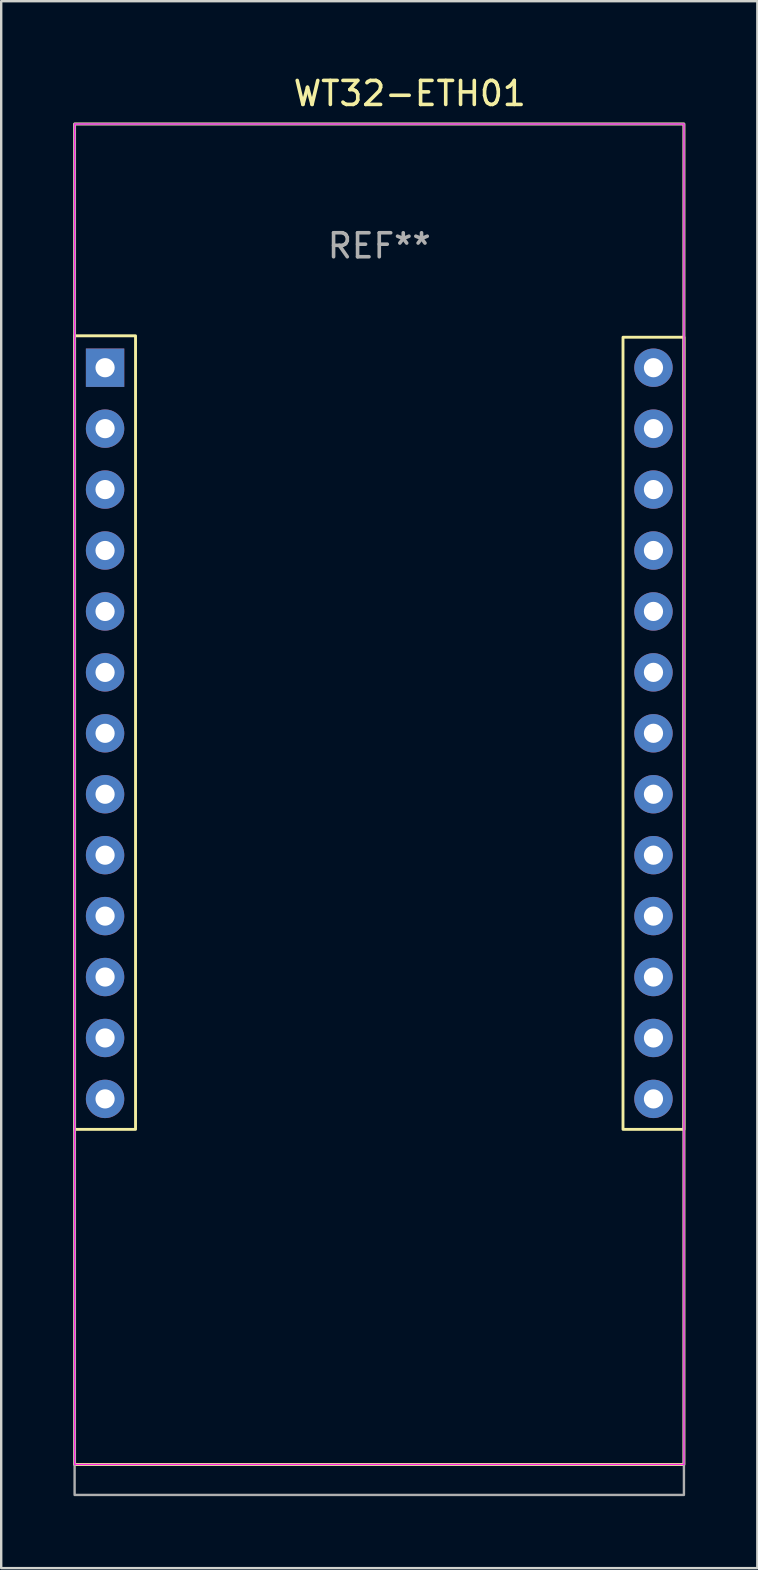
<source format=kicad_pcb>
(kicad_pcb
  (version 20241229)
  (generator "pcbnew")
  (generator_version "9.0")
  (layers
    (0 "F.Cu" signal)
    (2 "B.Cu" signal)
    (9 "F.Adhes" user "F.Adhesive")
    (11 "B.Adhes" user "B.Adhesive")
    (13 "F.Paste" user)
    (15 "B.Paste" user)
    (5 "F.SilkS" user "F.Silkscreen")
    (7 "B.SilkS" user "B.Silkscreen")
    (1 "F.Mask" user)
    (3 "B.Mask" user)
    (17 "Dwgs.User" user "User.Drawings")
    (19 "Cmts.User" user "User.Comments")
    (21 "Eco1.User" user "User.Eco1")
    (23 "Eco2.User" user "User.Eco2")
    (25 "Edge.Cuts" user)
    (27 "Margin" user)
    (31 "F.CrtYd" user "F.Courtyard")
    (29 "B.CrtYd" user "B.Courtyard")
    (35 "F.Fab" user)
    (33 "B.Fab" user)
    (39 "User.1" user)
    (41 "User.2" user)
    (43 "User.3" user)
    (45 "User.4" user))
  (footprint "WT32-ETH01"
    (layer "F.Cu")
    (at 1.33 12.278)
    (property "Reference" "WT32-ETH01" (at 12.7 -11.43 0) (layer "F.SilkS") (effects (font (size 1 1) (thickness 0.15))))
    (attr through_hole)
    (fp_rect (start -1.27 -1.33) (end 1.27 31.75) (stroke (width 0.12) (type solid)) (fill no) (layer "F.SilkS"))
    (fp_rect (start 24.13 -1.27) (end 21.59 31.75) (stroke (width 0.12) (type solid)) (fill no) (layer "F.SilkS"))
    (fp_rect (start 24.13 45.72) (end -1.27 -10.16) (stroke (width 0.12) (type solid)) (fill no) (layer "F.SilkS"))
    (fp_rect (start -1.27 -10.16) (end 24.13 45.72) (stroke (width 0.05) (type solid)) (fill no) (layer "F.CrtYd"))
    (fp_rect (start 24.13 46.99) (end -1.27 -10.16) (stroke (width 0.1) (type solid)) (fill no) (layer "F.Fab"))
    (fp_text user "REF**" (at 11.43 -5.08 0) (unlocked yes) (layer "F.Fab") (effects (font (size 1 1) (thickness 0.15))))
    (pad "1" thru_hole rect (at 0 0) (size 1.6 1.6) (drill 0.8) (layers "*.Cu" "*.Mask"))
    (pad "2" thru_hole oval (at 0 2.54) (size 1.6 1.6) (drill 0.8) (layers "*.Cu" "*.Mask"))
    (pad "3" thru_hole oval (at 0 5.08) (size 1.6 1.6) (drill 0.8) (layers "*.Cu" "*.Mask"))
    (pad "4" thru_hole oval (at 0 7.62) (size 1.6 1.6) (drill 0.8) (layers "*.Cu" "*.Mask"))
    (pad "5" thru_hole oval (at 0 10.16) (size 1.6 1.6) (drill 0.8) (layers "*.Cu" "*.Mask"))
    (pad "6" thru_hole oval (at 0 12.7) (size 1.6 1.6) (drill 0.8) (layers "*.Cu" "*.Mask"))
    (pad "7" thru_hole oval (at 0 15.24) (size 1.6 1.6) (drill 0.8) (layers "*.Cu" "*.Mask"))
    (pad "8" thru_hole oval (at 0 17.78) (size 1.6 1.6) (drill 0.8) (layers "*.Cu" "*.Mask"))
    (pad "9" thru_hole oval (at 0 20.32) (size 1.6 1.6) (drill 0.8) (layers "*.Cu" "*.Mask"))
    (pad "10" thru_hole oval (at 0 22.86) (size 1.6 1.6) (drill 0.8) (layers "*.Cu" "*.Mask"))
    (pad "11" thru_hole oval (at 0 25.4) (size 1.6 1.6) (drill 0.8) (layers "*.Cu" "*.Mask"))
    (pad "12" thru_hole oval (at 0 27.94) (size 1.6 1.6) (drill 0.8) (layers "*.Cu" "*.Mask"))
    (pad "13" thru_hole oval (at 0 30.48) (size 1.6 1.6) (drill 0.8) (layers "*.Cu" "*.Mask"))
    (pad "14" thru_hole oval (at 22.86 30.48) (size 1.6 1.6) (drill 0.8) (layers "*.Cu" "*.Mask"))
    (pad "15" thru_hole oval (at 22.86 27.94) (size 1.6 1.6) (drill 0.8) (layers "*.Cu" "*.Mask"))
    (pad "16" thru_hole oval (at 22.86 25.4) (size 1.6 1.6) (drill 0.8) (layers "*.Cu" "*.Mask"))
    (pad "17" thru_hole oval (at 22.86 22.86) (size 1.6 1.6) (drill 0.8) (layers "*.Cu" "*.Mask"))
    (pad "18" thru_hole oval (at 22.86 20.32) (size 1.6 1.6) (drill 0.8) (layers "*.Cu" "*.Mask"))
    (pad "19" thru_hole oval (at 22.86 17.78) (size 1.6 1.6) (drill 0.8) (layers "*.Cu" "*.Mask"))
    (pad "20" thru_hole oval (at 22.86 15.24) (size 1.6 1.6) (drill 0.8) (layers "*.Cu" "*.Mask"))
    (pad "21" thru_hole oval (at 22.86 12.7) (size 1.6 1.6) (drill 0.8) (layers "*.Cu" "*.Mask"))
    (pad "22" thru_hole oval (at 22.86 10.16) (size 1.6 1.6) (drill 0.8) (layers "*.Cu" "*.Mask"))
    (pad "23" thru_hole oval (at 22.86 7.62) (size 1.6 1.6) (drill 0.8) (layers "*.Cu" "*.Mask"))
    (pad "24" thru_hole oval (at 22.86 5.08) (size 1.6 1.6) (drill 0.8) (layers "*.Cu" "*.Mask"))
    (pad "25" thru_hole oval (at 22.86 2.54) (size 1.6 1.6) (drill 0.8) (layers "*.Cu" "*.Mask"))
    (pad "26" thru_hole oval (at 22.86 0) (size 1.6 1.6) (drill 0.8) (layers "*.Cu" "*.Mask")))
  (gr_rect
    (start -3 -3)
    (end 28.52 62.318)
    (stroke (width 0.1) (type default))
    (fill no)
    (layer "Edge.Cuts")))
</source>
